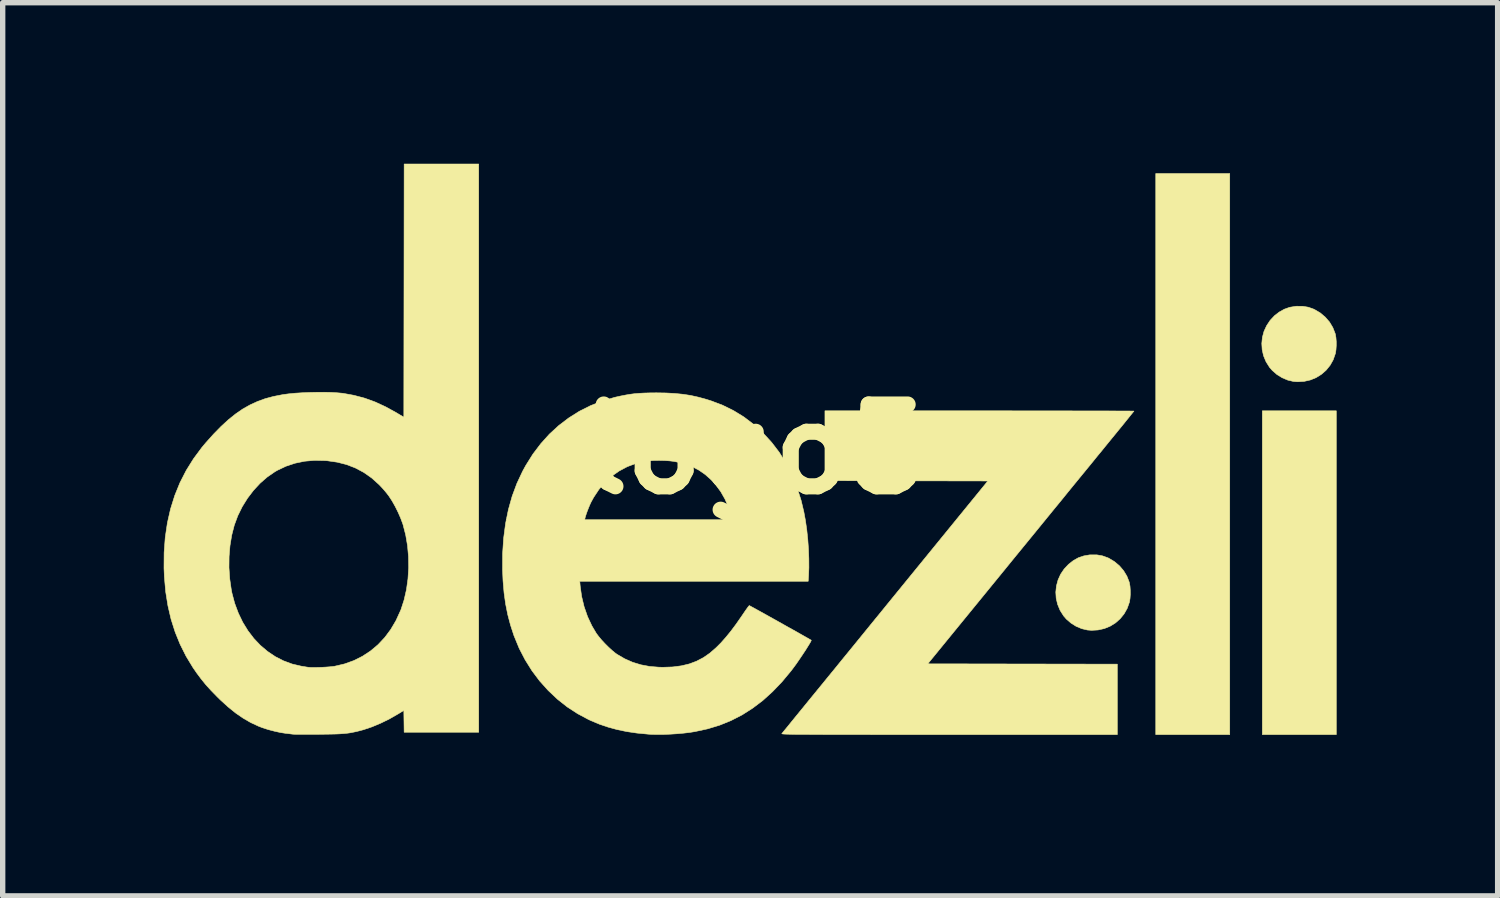
<source format=kicad_pcb>
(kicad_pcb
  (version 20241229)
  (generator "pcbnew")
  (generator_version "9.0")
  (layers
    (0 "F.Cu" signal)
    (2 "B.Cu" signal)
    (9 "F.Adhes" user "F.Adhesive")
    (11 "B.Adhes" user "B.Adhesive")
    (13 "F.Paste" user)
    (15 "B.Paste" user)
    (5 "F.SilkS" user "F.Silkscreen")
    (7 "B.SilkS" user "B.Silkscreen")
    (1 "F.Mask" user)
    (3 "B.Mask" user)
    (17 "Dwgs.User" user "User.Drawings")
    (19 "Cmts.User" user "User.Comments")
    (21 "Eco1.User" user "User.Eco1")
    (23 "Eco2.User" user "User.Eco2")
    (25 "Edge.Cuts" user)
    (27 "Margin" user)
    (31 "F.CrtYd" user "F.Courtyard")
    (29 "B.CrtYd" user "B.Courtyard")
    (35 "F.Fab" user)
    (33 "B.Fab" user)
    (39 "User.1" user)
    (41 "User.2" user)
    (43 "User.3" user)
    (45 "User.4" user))
  (footprint "logo5"
    (layer "F.Cu")
    (at 11.026 5.319)
    (property "Reference" "logo5" (at 0 0 0) (layer "F.SilkS") (effects (font (size 1.524 1.524) (thickness 0.3))))
    (attr through_hole)
    (fp_poly (pts (xy 8.83 5.314) (xy 7.452 5.314) (xy 7.452 -5.137) (xy 8.83 -5.137) (xy 8.83 5.314)) (stroke (width 0.01) (type solid)) (fill yes) (layer "F.SilkS"))
    (fp_poly (pts (xy 10.815 5.314) (xy 9.437 5.314) (xy 9.437 -0.717) (xy 10.815 -0.717) (xy 10.815 5.314)) (stroke (width 0.01) (type solid)) (fill yes) (layer "F.SilkS"))
    (fp_poly (pts (xy 6.353 1.966) (xy 6.457 1.984) (xy 6.558 2.02) (xy 6.576 2.028) (xy 6.681 2.091) (xy 6.774 2.169) (xy 6.852 2.26) (xy 6.914 2.362) (xy 6.957 2.472) (xy 6.961 2.489) (xy 6.972 2.549) (xy 6.977 2.622) (xy 6.978 2.701) (xy 6.973 2.776) (xy 6.963 2.839) (xy 6.961 2.848) (xy 6.92 2.963) (xy 6.862 3.066) (xy 6.788 3.157) (xy 6.701 3.234) (xy 6.602 3.295) (xy 6.494 3.339) (xy 6.378 3.365) (xy 6.257 3.372) (xy 6.179 3.366) (xy 6.073 3.341) (xy 5.97 3.298) (xy 5.873 3.237) (xy 5.787 3.163) (xy 5.736 3.104) (xy 5.67 3) (xy 5.624 2.889) (xy 5.597 2.775) (xy 5.59 2.66) (xy 5.602 2.545) (xy 5.632 2.433) (xy 5.68 2.327) (xy 5.746 2.229) (xy 5.829 2.141) (xy 5.916 2.073) (xy 6.01 2.02) (xy 6.11 1.986) (xy 6.219 1.967) (xy 6.24 1.966) (xy 6.353 1.966)) (stroke (width 0.01) (type solid)) (fill yes) (layer "F.SilkS"))
    (fp_poly (pts (xy 10.19 -2.664) (xy 10.293 -2.647) (xy 10.394 -2.611) (xy 10.412 -2.602) (xy 10.517 -2.54) (xy 10.61 -2.461) (xy 10.689 -2.37) (xy 10.75 -2.268) (xy 10.793 -2.158) (xy 10.798 -2.142) (xy 10.808 -2.081) (xy 10.814 -2.008) (xy 10.814 -1.93) (xy 10.809 -1.855) (xy 10.8 -1.791) (xy 10.797 -1.782) (xy 10.757 -1.667) (xy 10.699 -1.564) (xy 10.625 -1.473) (xy 10.538 -1.397) (xy 10.439 -1.335) (xy 10.33 -1.291) (xy 10.214 -1.265) (xy 10.093 -1.258) (xy 10.016 -1.264) (xy 9.91 -1.289) (xy 9.806 -1.333) (xy 9.709 -1.393) (xy 9.624 -1.467) (xy 9.572 -1.526) (xy 9.506 -1.631) (xy 9.46 -1.741) (xy 9.434 -1.855) (xy 9.427 -1.971) (xy 9.438 -2.085) (xy 9.468 -2.197) (xy 9.517 -2.303) (xy 9.582 -2.401) (xy 9.665 -2.49) (xy 9.752 -2.557) (xy 9.847 -2.61) (xy 9.946 -2.645) (xy 10.056 -2.663) (xy 10.077 -2.665) (xy 10.19 -2.664)) (stroke (width 0.01) (type solid)) (fill yes) (layer "F.SilkS"))
    (fp_poly (pts (xy 4.418 -0.717) (xy 4.662 -0.717) (xy 4.9 -0.716) (xy 5.13 -0.716) (xy 5.352 -0.716) (xy 5.564 -0.716) (xy 5.765 -0.716) (xy 5.956 -0.715) (xy 6.134 -0.715) (xy 6.299 -0.715) (xy 6.45 -0.715) (xy 6.586 -0.714) (xy 6.707 -0.714) (xy 6.81 -0.713) (xy 6.896 -0.713) (xy 6.963 -0.713) (xy 7.011 -0.712) (xy 7.038 -0.712) (xy 7.045 -0.711) (xy 7.038 -0.702) (xy 7.018 -0.677) (xy 6.986 -0.638) (xy 6.944 -0.585) (xy 6.892 -0.521) (xy 6.832 -0.446) (xy 6.763 -0.362) (xy 6.689 -0.271) (xy 6.608 -0.172) (xy 6.524 -0.069) (xy 6.506 -0.047) (xy 6.443 0.031) (xy 6.366 0.124) (xy 6.278 0.233) (xy 6.179 0.354) (xy 6.07 0.487) (xy 5.952 0.631) (xy 5.827 0.784) (xy 5.696 0.946) (xy 5.558 1.114) (xy 5.417 1.287) (xy 5.272 1.465) (xy 5.125 1.645) (xy 4.976 1.827) (xy 4.827 2.009) (xy 4.679 2.191) (xy 4.587 2.304) (xy 3.205 3.996) (xy 4.971 3.999) (xy 6.736 4.002) (xy 6.736 5.314) (xy 3.603 5.314) (xy 3.292 5.314) (xy 3.002 5.314) (xy 2.732 5.314) (xy 2.483 5.314) (xy 2.252 5.314) (xy 2.04 5.313) (xy 1.845 5.313) (xy 1.667 5.313) (xy 1.505 5.313) (xy 1.359 5.313) (xy 1.227 5.312) (xy 1.109 5.312) (xy 1.003 5.311) (xy 0.911 5.311) (xy 0.83 5.31) (xy 0.759 5.31) (xy 0.699 5.309) (xy 0.648 5.308) (xy 0.606 5.307) (xy 0.571 5.306) (xy 0.544 5.305) (xy 0.523 5.304) (xy 0.507 5.302) (xy 0.497 5.301) (xy 0.49 5.299) (xy 0.487 5.298) (xy 0.487 5.296) (xy 0.487 5.294) (xy 0.496 5.284) (xy 0.517 5.258) (xy 0.552 5.216) (xy 0.599 5.159) (xy 0.657 5.087) (xy 0.726 5.002) (xy 0.806 4.904) (xy 0.896 4.794) (xy 0.995 4.672) (xy 1.103 4.54) (xy 1.22 4.397) (xy 1.344 4.245) (xy 1.475 4.085) (xy 1.612 3.916) (xy 1.756 3.74) (xy 1.905 3.557) (xy 2.058 3.369) (xy 2.216 3.175) (xy 2.378 2.977) (xy 2.414 2.932) (xy 4.324 0.59) (xy 1.29 0.584) (xy 1.29 -0.717) (xy 4.167 -0.717) (xy 4.418 -0.717)) (stroke (width 0.01) (type solid)) (fill yes) (layer "F.SilkS"))
    (fp_poly (pts (xy -5.159 5.27) (xy -6.548 5.27) (xy -6.551 5.067) (xy -6.554 4.864) (xy -6.669 4.934) (xy -6.826 5.024) (xy -6.988 5.103) (xy -7.148 5.17) (xy -7.302 5.222) (xy -7.372 5.241) (xy -7.435 5.257) (xy -7.493 5.269) (xy -7.548 5.28) (xy -7.604 5.288) (xy -7.663 5.294) (xy -7.729 5.299) (xy -7.805 5.303) (xy -7.893 5.305) (xy -7.997 5.307) (xy -8.119 5.308) (xy -8.147 5.309) (xy -8.244 5.309) (xy -8.335 5.309) (xy -8.418 5.309) (xy -8.49 5.309) (xy -8.548 5.309) (xy -8.59 5.308) (xy -8.613 5.307) (xy -8.615 5.307) (xy -8.641 5.304) (xy -8.682 5.299) (xy -8.73 5.293) (xy -8.753 5.291) (xy -8.855 5.275) (xy -8.967 5.25) (xy -9.082 5.22) (xy -9.19 5.185) (xy -9.267 5.155) (xy -9.41 5.088) (xy -9.549 5.007) (xy -9.687 4.912) (xy -9.827 4.799) (xy -9.971 4.668) (xy -10.032 4.608) (xy -10.144 4.493) (xy -10.242 4.385) (xy -10.329 4.278) (xy -10.411 4.168) (xy -10.48 4.068) (xy -10.61 3.854) (xy -10.721 3.632) (xy -10.814 3.403) (xy -10.89 3.164) (xy -10.948 2.914) (xy -10.99 2.652) (xy -11.014 2.377) (xy -11.021 2.216) (xy -11.021 2.205) (xy -9.811 2.205) (xy -9.797 2.411) (xy -9.768 2.613) (xy -9.756 2.676) (xy -9.705 2.868) (xy -9.637 3.05) (xy -9.555 3.221) (xy -9.458 3.379) (xy -9.348 3.523) (xy -9.226 3.652) (xy -9.092 3.765) (xy -8.948 3.862) (xy -8.795 3.94) (xy -8.633 4) (xy -8.467 4.039) (xy -8.416 4.047) (xy -8.369 4.055) (xy -8.334 4.06) (xy -8.323 4.061) (xy -8.284 4.064) (xy -8.228 4.064) (xy -8.16 4.063) (xy -8.087 4.061) (xy -8.013 4.057) (xy -7.943 4.052) (xy -7.884 4.046) (xy -7.844 4.041) (xy -7.66 3.998) (xy -7.487 3.936) (xy -7.325 3.855) (xy -7.174 3.756) (xy -7.036 3.64) (xy -6.91 3.506) (xy -6.798 3.356) (xy -6.7 3.19) (xy -6.617 3.008) (xy -6.607 2.985) (xy -6.549 2.806) (xy -6.505 2.614) (xy -6.477 2.414) (xy -6.464 2.208) (xy -6.467 2.001) (xy -6.485 1.796) (xy -6.519 1.596) (xy -6.568 1.406) (xy -6.576 1.382) (xy -6.613 1.283) (xy -6.66 1.175) (xy -6.714 1.066) (xy -6.772 0.963) (xy -6.83 0.874) (xy -6.832 0.871) (xy -6.87 0.821) (xy -6.918 0.763) (xy -6.97 0.705) (xy -7.017 0.656) (xy -7.153 0.534) (xy -7.298 0.432) (xy -7.453 0.349) (xy -7.618 0.285) (xy -7.794 0.24) (xy -7.982 0.213) (xy -8.024 0.21) (xy -8.217 0.206) (xy -8.402 0.222) (xy -8.58 0.259) (xy -8.749 0.315) (xy -8.909 0.391) (xy -8.956 0.418) (xy -9.098 0.516) (xy -9.232 0.633) (xy -9.355 0.766) (xy -9.467 0.913) (xy -9.565 1.071) (xy -9.647 1.238) (xy -9.711 1.411) (xy -9.713 1.417) (xy -9.76 1.6) (xy -9.792 1.795) (xy -9.809 1.998) (xy -9.811 2.205) (xy -11.021 2.205) (xy -11.019 1.923) (xy -10.998 1.641) (xy -10.958 1.37) (xy -10.899 1.11) (xy -10.821 0.861) (xy -10.724 0.622) (xy -10.607 0.393) (xy -10.471 0.175) (xy -10.316 -0.034) (xy -10.243 -0.121) (xy -10.098 -0.283) (xy -9.959 -0.425) (xy -9.823 -0.55) (xy -9.69 -0.657) (xy -9.557 -0.749) (xy -9.421 -0.826) (xy -9.282 -0.89) (xy -9.137 -0.943) (xy -8.984 -0.984) (xy -8.821 -1.016) (xy -8.806 -1.019) (xy -8.7 -1.033) (xy -8.58 -1.045) (xy -8.449 -1.053) (xy -8.312 -1.059) (xy -8.174 -1.062) (xy -8.039 -1.063) (xy -7.912 -1.06) (xy -7.797 -1.053) (xy -7.698 -1.044) (xy -7.689 -1.043) (xy -7.485 -1.006) (xy -7.285 -0.953) (xy -7.089 -0.882) (xy -6.892 -0.791) (xy -6.692 -0.681) (xy -6.681 -0.674) (xy -6.554 -0.598) (xy -6.551 -2.956) (xy -6.548 -5.314) (xy -5.159 -5.314) (xy -5.159 5.27)) (stroke (width 0.01) (type solid)) (fill yes) (layer "F.SilkS"))
    (fp_poly (pts (xy -1.667 -1.049) (xy -1.505 -1.04) (xy -1.354 -1.025) (xy -1.211 -1.003) (xy -1.071 -0.972) (xy -0.928 -0.933) (xy -0.832 -0.903) (xy -0.616 -0.821) (xy -0.413 -0.721) (xy -0.222 -0.604) (xy -0.041 -0.467) (xy 0.131 -0.311) (xy 0.138 -0.303) (xy 0.297 -0.129) (xy 0.44 0.058) (xy 0.566 0.26) (xy 0.675 0.475) (xy 0.768 0.706) (xy 0.846 0.951) (xy 0.897 1.165) (xy 0.926 1.323) (xy 0.951 1.495) (xy 0.97 1.675) (xy 0.983 1.857) (xy 0.99 2.036) (xy 0.991 2.205) (xy 0.985 2.351) (xy 0.978 2.458) (xy -3.277 2.458) (xy -3.269 2.549) (xy -3.242 2.742) (xy -3.196 2.932) (xy -3.132 3.116) (xy -3.051 3.289) (xy -2.968 3.429) (xy -2.926 3.485) (xy -2.872 3.55) (xy -2.81 3.617) (xy -2.745 3.682) (xy -2.68 3.742) (xy -2.621 3.791) (xy -2.584 3.818) (xy -2.44 3.902) (xy -2.292 3.967) (xy -2.138 4.014) (xy -1.973 4.045) (xy -1.796 4.059) (xy -1.72 4.06) (xy -1.545 4.054) (xy -1.385 4.033) (xy -1.238 3.998) (xy -1.102 3.947) (xy -0.974 3.88) (xy -0.853 3.796) (xy -0.738 3.696) (xy -0.647 3.605) (xy -0.556 3.502) (xy -0.462 3.387) (xy -0.365 3.257) (xy -0.262 3.109) (xy -0.226 3.056) (xy -0.192 3.006) (xy -0.162 2.964) (xy -0.139 2.932) (xy -0.123 2.914) (xy -0.119 2.91) (xy -0.108 2.916) (xy -0.081 2.931) (xy -0.038 2.954) (xy 0.018 2.985) (xy 0.085 3.022) (xy 0.161 3.064) (xy 0.243 3.11) (xy 0.331 3.159) (xy 0.422 3.21) (xy 0.513 3.261) (xy 0.603 3.312) (xy 0.69 3.36) (xy 0.772 3.406) (xy 0.846 3.448) (xy 0.911 3.485) (xy 0.964 3.515) (xy 1.004 3.538) (xy 1.028 3.552) (xy 1.035 3.556) (xy 1.032 3.568) (xy 1.018 3.595) (xy 0.995 3.634) (xy 0.964 3.684) (xy 0.928 3.742) (xy 0.886 3.805) (xy 0.842 3.871) (xy 0.797 3.937) (xy 0.753 4.001) (xy 0.71 4.059) (xy 0.672 4.11) (xy 0.663 4.122) (xy 0.492 4.328) (xy 0.315 4.513) (xy 0.133 4.678) (xy -0.057 4.822) (xy -0.253 4.947) (xy -0.458 5.052) (xy -0.672 5.139) (xy -0.896 5.207) (xy -1.131 5.258) (xy -1.23 5.274) (xy -1.34 5.287) (xy -1.462 5.298) (xy -1.588 5.306) (xy -1.713 5.311) (xy -1.832 5.312) (xy -1.939 5.31) (xy -2.001 5.306) (xy -2.21 5.286) (xy -2.401 5.258) (xy -2.58 5.221) (xy -2.748 5.175) (xy -2.911 5.12) (xy -3.071 5.053) (xy -3.114 5.033) (xy -3.318 4.924) (xy -3.513 4.797) (xy -3.696 4.652) (xy -3.866 4.491) (xy -4.024 4.315) (xy -4.167 4.125) (xy -4.294 3.922) (xy -4.405 3.708) (xy -4.497 3.484) (xy -4.502 3.473) (xy -4.566 3.277) (xy -4.618 3.081) (xy -4.658 2.881) (xy -4.687 2.673) (xy -4.706 2.452) (xy -4.715 2.243) (xy -4.714 1.943) (xy -4.695 1.657) (xy -4.659 1.383) (xy -4.645 1.312) (xy -3.186 1.312) (xy -0.432 1.312) (xy -0.452 1.243) (xy -0.509 1.075) (xy -0.574 0.924) (xy -0.651 0.789) (xy -0.74 0.668) (xy -0.831 0.567) (xy -0.94 0.47) (xy -1.055 0.39) (xy -1.179 0.325) (xy -1.315 0.274) (xy -1.466 0.237) (xy -1.532 0.224) (xy -1.609 0.215) (xy -1.7 0.209) (xy -1.797 0.207) (xy -1.893 0.208) (xy -1.983 0.214) (xy -2.058 0.223) (xy -2.067 0.224) (xy -2.236 0.265) (xy -2.396 0.325) (xy -2.545 0.405) (xy -2.683 0.502) (xy -2.808 0.617) (xy -2.921 0.749) (xy -3.019 0.897) (xy -3.068 0.987) (xy -3.091 1.037) (xy -3.116 1.098) (xy -3.141 1.162) (xy -3.162 1.223) (xy -3.177 1.273) (xy -3.179 1.282) (xy -3.186 1.312) (xy -4.645 1.312) (xy -4.606 1.122) (xy -4.536 0.873) (xy -4.448 0.636) (xy -4.342 0.41) (xy -4.283 0.302) (xy -4.151 0.091) (xy -4.004 -0.103) (xy -3.844 -0.281) (xy -3.67 -0.441) (xy -3.484 -0.583) (xy -3.286 -0.708) (xy -3.077 -0.813) (xy -2.856 -0.9) (xy -2.626 -0.968) (xy -2.523 -0.991) (xy -2.427 -1.01) (xy -2.339 -1.025) (xy -2.254 -1.036) (xy -2.167 -1.043) (xy -2.072 -1.048) (xy -1.965 -1.051) (xy -1.847 -1.052) (xy -1.667 -1.049)) (stroke (width 0.01) (type solid)) (fill yes) (layer "F.SilkS")))
  (gr_rect
    (start -3 -3)
    (end 24.846 13.637)
    (stroke (width 0.1) (type default))
    (fill no)
    (layer "Edge.Cuts")))
</source>
